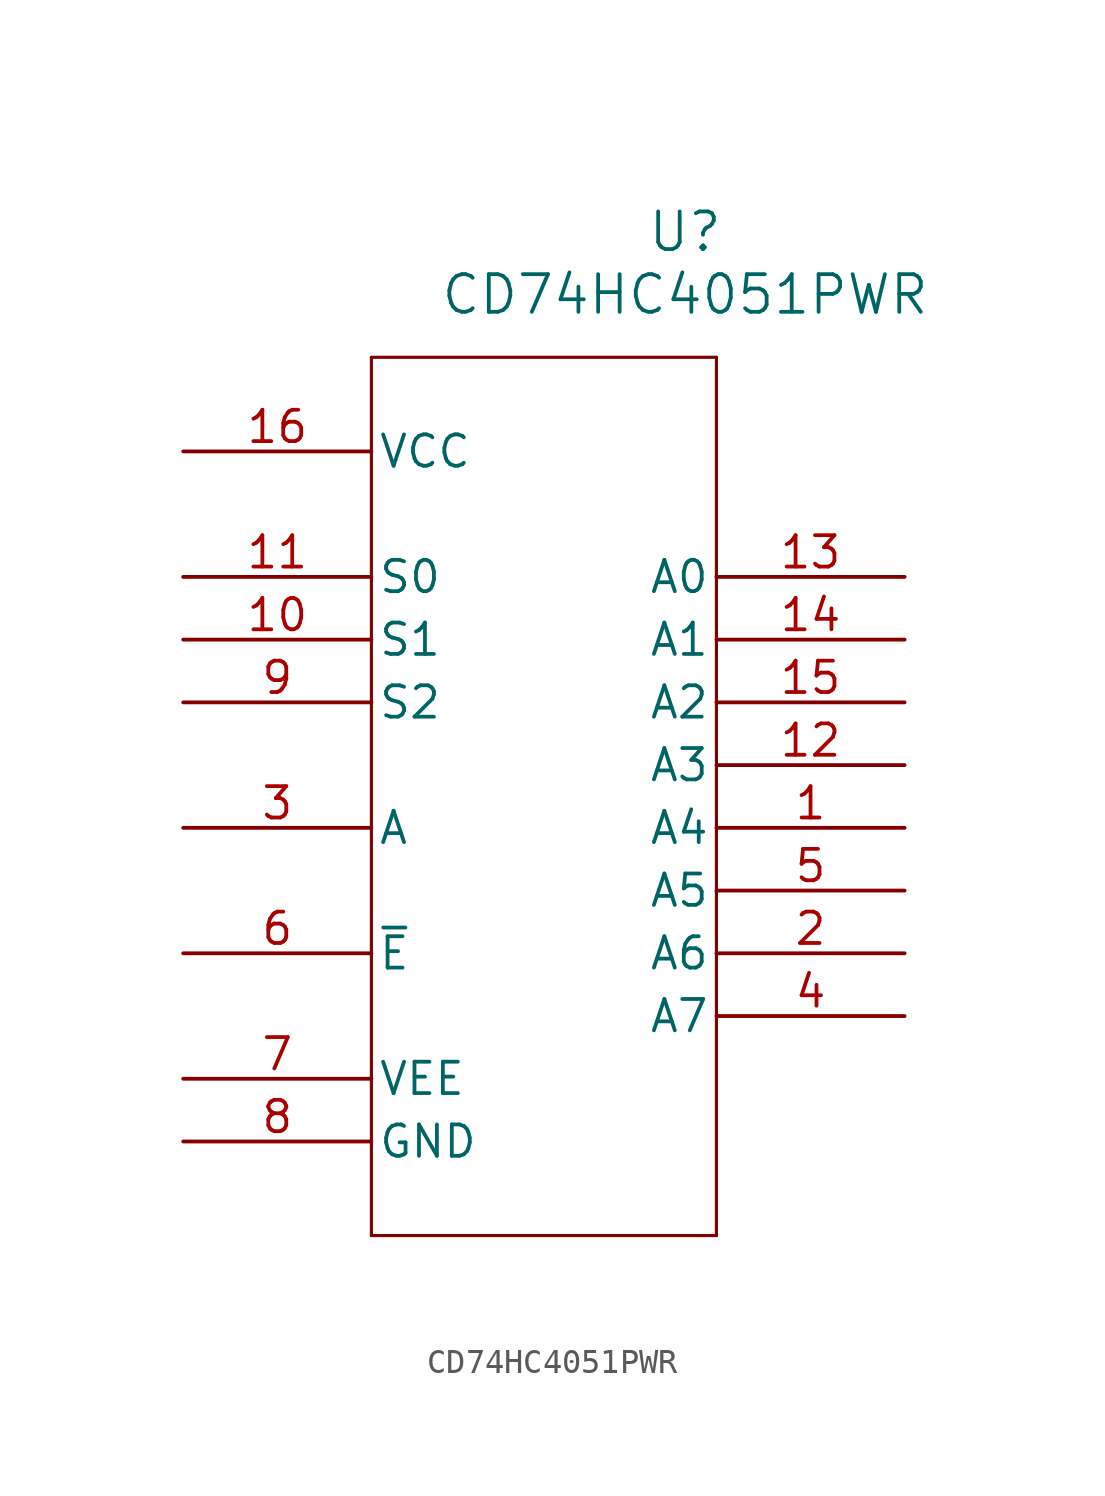
<source format=kicad_sym>
(kicad_symbol_lib
  (version 20231120)
  (generator "kicad_symbol_editor")
  (generator_version "8.0")
  (symbol "CD74HC4051PWR"
    (pin_names
      (offset 0.254))
    (property "Reference" "U"
      (at 20.32 10.16 0)
      (effects (font (size 1.524 1.524))))
    (property "Value" "CD74HC4051PWR"
      (at 20.32 7.62 0)
      (effects (font (size 1.524 1.524))))
    (property "ki_locked" ""
      (at 0 0 0)
      (effects (font (size 1.27 1.27))))
    (symbol "CD74HC4051PWR_0_1"
      (polyline (pts (xy 7.62 -30.48) (xy 21.59 -30.48)) (stroke (width 0.127) (type default)) (fill (type none)))
      (polyline (pts (xy 7.62 5.08) (xy 7.62 -30.48)) (stroke (width 0.127) (type default)) (fill (type none)))
      (polyline (pts (xy 21.59 -30.48) (xy 21.59 5.08)) (stroke (width 0.127) (type default)) (fill (type none)))
      (polyline (pts (xy 21.59 5.08) (xy 7.62 5.08)) (stroke (width 0.127) (type default)) (fill (type none)))
      (pin bidirectional line (at 29.21 -13.97 180) (length 7.62) (name "A4" (effects (font (size 1.27 1.27)))) (number "1" (effects (font (size 1.27 1.27)))))
      (pin bidirectional line (at 0 -6.35 0) (length 7.62) (name "S1" (effects (font (size 1.27 1.27)))) (number "10" (effects (font (size 1.27 1.27)))))
      (pin bidirectional line (at 0 -3.81 0) (length 7.62) (name "S0" (effects (font (size 1.27 1.27)))) (number "11" (effects (font (size 1.27 1.27)))))
      (pin bidirectional line (at 29.21 -11.43 180) (length 7.62) (name "A3" (effects (font (size 1.27 1.27)))) (number "12" (effects (font (size 1.27 1.27)))))
      (pin bidirectional line (at 29.21 -3.81 180) (length 7.62) (name "A0" (effects (font (size 1.27 1.27)))) (number "13" (effects (font (size 1.27 1.27)))))
      (pin bidirectional line (at 29.21 -6.35 180) (length 7.62) (name "A1" (effects (font (size 1.27 1.27)))) (number "14" (effects (font (size 1.27 1.27)))))
      (pin bidirectional line (at 29.21 -8.89 180) (length 7.62) (name "A2" (effects (font (size 1.27 1.27)))) (number "15" (effects (font (size 1.27 1.27)))))
      (pin power_in line (at 0 1.27 0) (length 7.62) (name "VCC" (effects (font (size 1.27 1.27)))) (number "16" (effects (font (size 1.27 1.27)))))
      (pin bidirectional line (at 29.21 -19.05 180) (length 7.62) (name "A6" (effects (font (size 1.27 1.27)))) (number "2" (effects (font (size 1.27 1.27)))))
      (pin bidirectional line (at 0 -13.97 0) (length 7.62) (name "A" (effects (font (size 1.27 1.27)))) (number "3" (effects (font (size 1.27 1.27)))))
      (pin bidirectional line (at 29.21 -21.59 180) (length 7.62) (name "A7" (effects (font (size 1.27 1.27)))) (number "4" (effects (font (size 1.27 1.27)))))
      (pin bidirectional line (at 29.21 -16.51 180) (length 7.62) (name "A5" (effects (font (size 1.27 1.27)))) (number "5" (effects (font (size 1.27 1.27)))))
      (pin power_in line (at 0 -24.13 0) (length 7.62) (name "VEE" (effects (font (size 1.27 1.27)))) (number "7" (effects (font (size 1.27 1.27)))))
      (pin power_in line (at 0 -26.67 0) (length 7.62) (name "GND" (effects (font (size 1.27 1.27)))) (number "8" (effects (font (size 1.27 1.27)))))
      (pin bidirectional line (at 0 -8.89 0) (length 7.62) (name "S2" (effects (font (size 1.27 1.27)))) (number "9" (effects (font (size 1.27 1.27))))))
    (symbol "CD74HC4051PWR_1_1"
      (pin input line (at 0 -19.05 0) (length 7.62) (name "~{E}" (effects (font (size 1.27 1.27)))) (number "6" (effects (font (size 1.27 1.27))))))))
</source>
